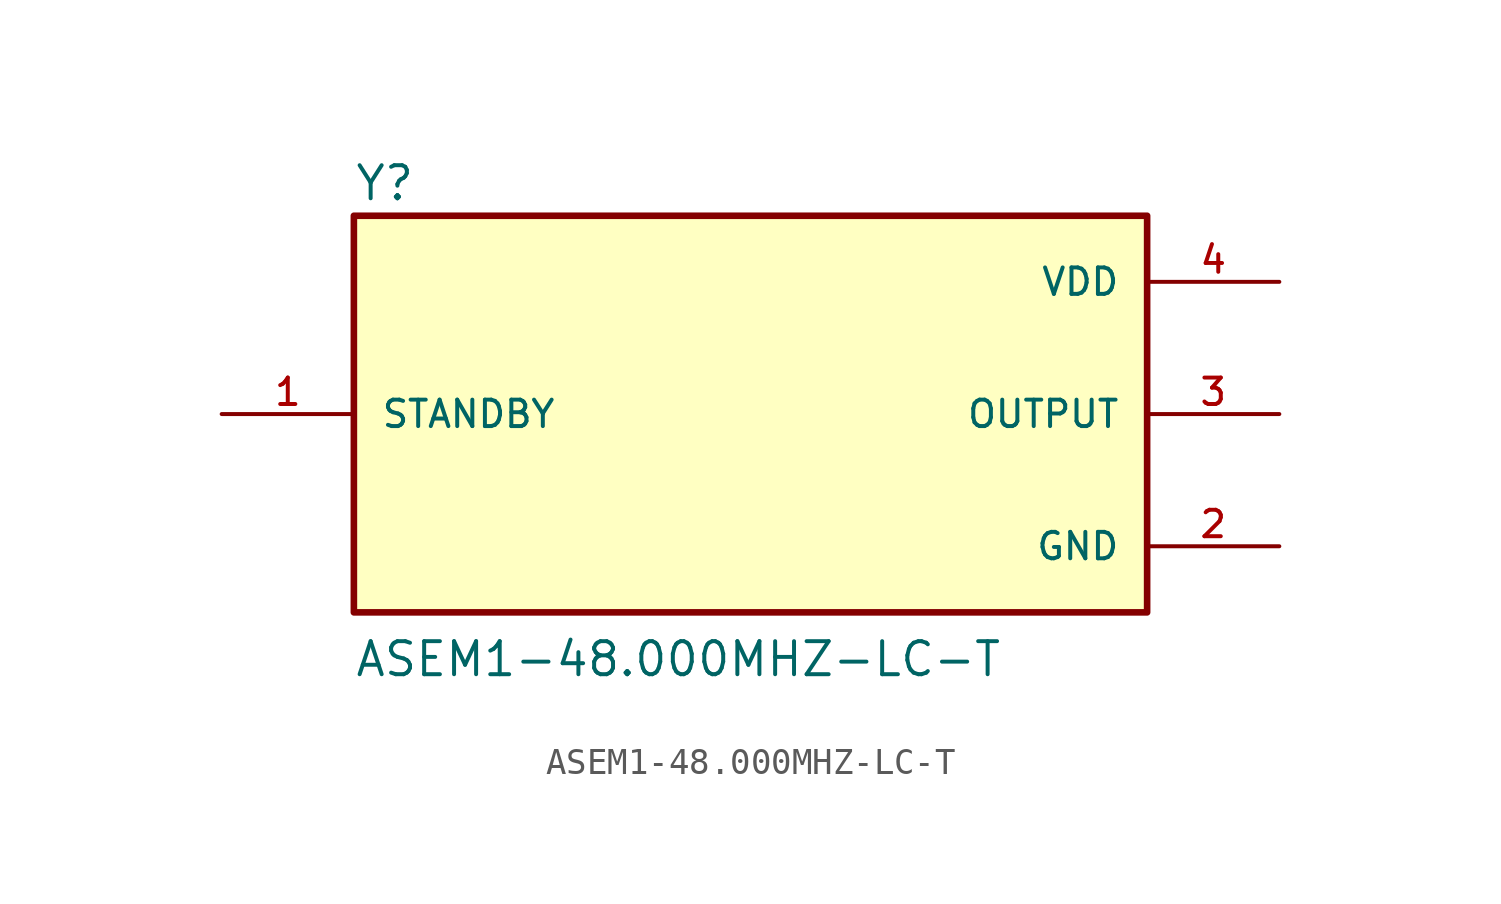
<source format=kicad_sym>
(kicad_symbol_lib
  (version 20211014)
  (generator kicad_symbol_editor)
  (symbol "ASEM1-48.000MHZ-LC-T"
    (pin_names
      (offset 1.016))
    (property "Reference" "Y"
      (at -15.24 8.128 0)
      (effects (font (size 1.27 1.27)) (justify bottom left)))
    (property "Value" "ASEM1-48.000MHZ-LC-T"
      (at -15.24 -10.16 0)
      (effects (font (size 1.27 1.27)) (justify bottom left)))
    (symbol "ASEM1-48.000MHZ-LC-T_0_0"
      (rectangle (start -15.24 -7.62) (end 15.24 7.62) (stroke (width 0.254)) (fill (type background)))
      (pin power_in line (at 20.32 5.08 180.0) (length 5.08) (name "VDD" (effects (font (size 1.016 1.016)))) (number "4" (effects (font (size 1.016 1.016)))))
      (pin passive line (at -20.32 0.0 0) (length 5.08) (name "STANDBY" (effects (font (size 1.016 1.016)))) (number "1" (effects (font (size 1.016 1.016)))))
      (pin power_in line (at 20.32 -5.08 180.0) (length 5.08) (name "GND" (effects (font (size 1.016 1.016)))) (number "2" (effects (font (size 1.016 1.016)))))
      (pin output line (at 20.32 0.0 180.0) (length 5.08) (name "OUTPUT" (effects (font (size 1.016 1.016)))) (number "3" (effects (font (size 1.016 1.016))))))))
</source>
